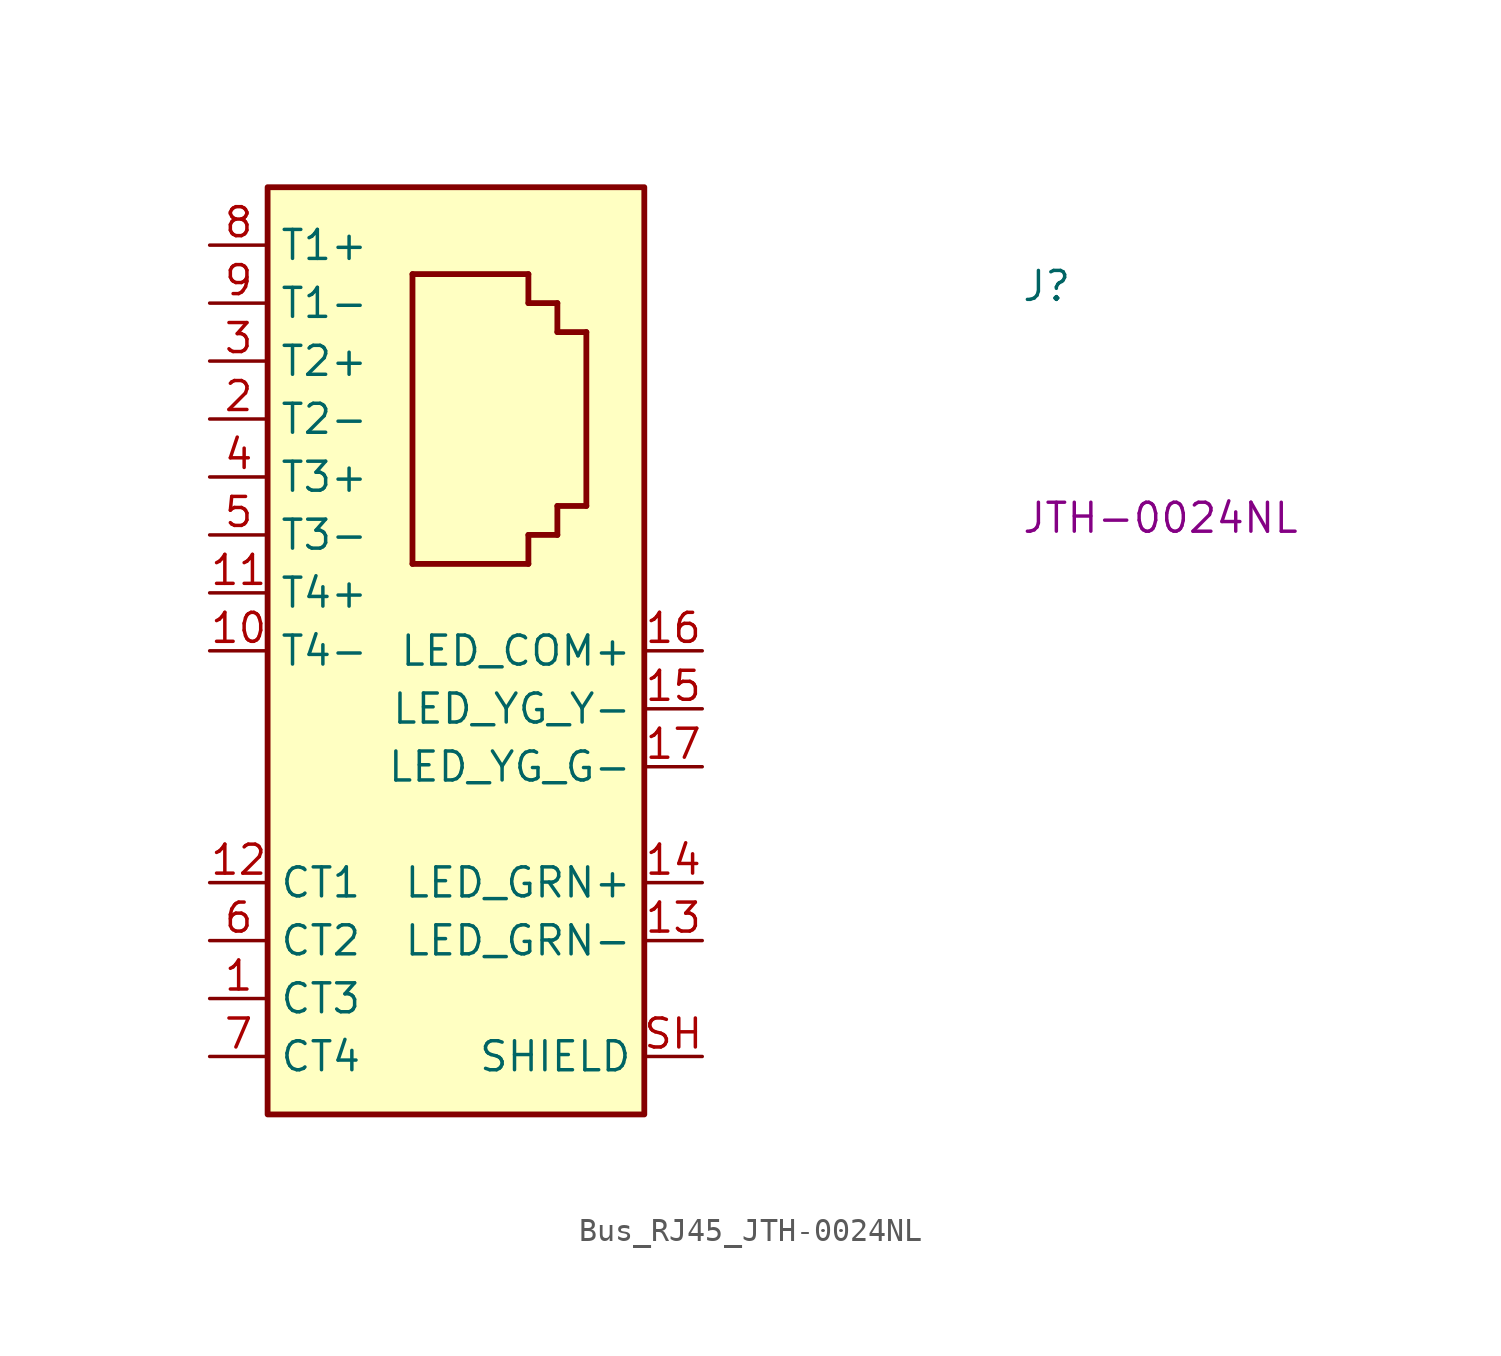
<source format=kicad_sym>
(kicad_symbol_lib
  (version 20220914)
  (generator kicad_symbol_editor)
  (symbol "Bus_RJ45_JTH-0024NL"
    (property "Reference" "J"
      (at 35.56 -2.54 0)
      (effects (font (size 1.27 1.27) (thickness 0.15)) (justify left bottom)))
    (property "MPN" "JTH-0024NL"
      (at 35.56 -12.7 0)
      (effects (font (size 1.27 1.27) (thickness 0.15)) (justify left bottom)))
    (symbol "Bus_RJ45_JTH-0024NL_1_1"
      (polyline (pts (xy 8.89 -13.97) (xy 13.97 -13.97)) (stroke (width 0.254) (type default)) (fill (type background)))
      (polyline (pts (xy 8.89 -1.27) (xy 8.89 -13.97)) (stroke (width 0.254) (type default)) (fill (type background)))
      (polyline (pts (xy 8.89 -1.27) (xy 13.97 -1.27)) (stroke (width 0.254) (type default)) (fill (type background)))
      (polyline (pts (xy 13.97 -13.97) (xy 13.97 -12.7)) (stroke (width 0.254) (type default)) (fill (type background)))
      (polyline (pts (xy 13.97 -12.7) (xy 15.24 -12.7)) (stroke (width 0.254) (type default)) (fill (type background)))
      (polyline (pts (xy 13.97 -2.54) (xy 15.24 -2.54)) (stroke (width 0.254) (type default)) (fill (type background)))
      (polyline (pts (xy 13.97 -1.27) (xy 13.97 -2.54)) (stroke (width 0.254) (type default)) (fill (type background)))
      (polyline (pts (xy 15.24 -12.7) (xy 15.24 -11.43)) (stroke (width 0.254) (type default)) (fill (type background)))
      (polyline (pts (xy 15.24 -11.43) (xy 16.51 -11.43)) (stroke (width 0.254) (type default)) (fill (type background)))
      (polyline (pts (xy 15.24 -3.81) (xy 16.51 -3.81)) (stroke (width 0.254) (type default)) (fill (type background)))
      (polyline (pts (xy 15.24 -2.54) (xy 15.24 -3.81)) (stroke (width 0.254) (type default)) (fill (type background)))
      (polyline (pts (xy 16.51 -3.81) (xy 16.51 -11.43)) (stroke (width 0.254) (type default)) (fill (type background)))
      (rectangle (start 2.54 2.54) (end 19.05 -38.1) (stroke (width 0.254) (type default)) (fill (type background)))
      (pin bidirectional line (at 0 -33.02 0) (length 2.54) (name "CT3" (effects (font (size 1.27 1.27)))) (number "1" (effects (font (size 1.27 1.27)))))
      (pin bidirectional line (at 0 -17.78 0) (length 2.54) (name "T4-" (effects (font (size 1.27 1.27)))) (number "10" (effects (font (size 1.27 1.27)))))
      (pin bidirectional line (at 0 -15.24 0) (length 2.54) (name "T4+" (effects (font (size 1.27 1.27)))) (number "11" (effects (font (size 1.27 1.27)))))
      (pin bidirectional line (at 0 -27.94 0) (length 2.54) (name "CT1" (effects (font (size 1.27 1.27)))) (number "12" (effects (font (size 1.27 1.27)))))
      (pin passive line (at 21.59 -30.48 180) (length 2.54) (name "LED_GRN-" (effects (font (size 1.27 1.27)))) (number "13" (effects (font (size 1.27 1.27)))))
      (pin passive line (at 21.59 -27.94 180) (length 2.54) (name "LED_GRN+" (effects (font (size 1.27 1.27)))) (number "14" (effects (font (size 1.27 1.27)))))
      (pin passive line (at 21.59 -20.32 180) (length 2.54) (name "LED_YG_Y-" (effects (font (size 1.27 1.27)))) (number "15" (effects (font (size 1.27 1.27)))))
      (pin passive line (at 21.59 -17.78 180) (length 2.54) (name "LED_COM+" (effects (font (size 1.27 1.27)))) (number "16" (effects (font (size 1.27 1.27)))))
      (pin passive line (at 21.59 -22.86 180) (length 2.54) (name "LED_YG_G-" (effects (font (size 1.27 1.27)))) (number "17" (effects (font (size 1.27 1.27)))))
      (pin bidirectional line (at 0 -7.62 0) (length 2.54) (name "T2-" (effects (font (size 1.27 1.27)))) (number "2" (effects (font (size 1.27 1.27)))))
      (pin bidirectional line (at 0 -5.08 0) (length 2.54) (name "T2+" (effects (font (size 1.27 1.27)))) (number "3" (effects (font (size 1.27 1.27)))))
      (pin bidirectional line (at 0 -10.16 0) (length 2.54) (name "T3+" (effects (font (size 1.27 1.27)))) (number "4" (effects (font (size 1.27 1.27)))))
      (pin bidirectional line (at 0 -12.7 0) (length 2.54) (name "T3-" (effects (font (size 1.27 1.27)))) (number "5" (effects (font (size 1.27 1.27)))))
      (pin bidirectional line (at 0 -30.48 0) (length 2.54) (name "CT2" (effects (font (size 1.27 1.27)))) (number "6" (effects (font (size 1.27 1.27)))))
      (pin bidirectional line (at 0 -35.56 0) (length 2.54) (name "CT4" (effects (font (size 1.27 1.27)))) (number "7" (effects (font (size 1.27 1.27)))))
      (pin bidirectional line (at 0 0 0) (length 2.54) (name "T1+" (effects (font (size 1.27 1.27)))) (number "8" (effects (font (size 1.27 1.27)))))
      (pin bidirectional line (at 0 -2.54 0) (length 2.54) (name "T1-" (effects (font (size 1.27 1.27)))) (number "9" (effects (font (size 1.27 1.27)))))
      (pin passive line (at 21.59 -35.56 180) (length 2.54) (name "SHIELD" (effects (font (size 1.27 1.27)))) (number "SH" (effects (font (size 1.27 1.27))))))))
</source>
